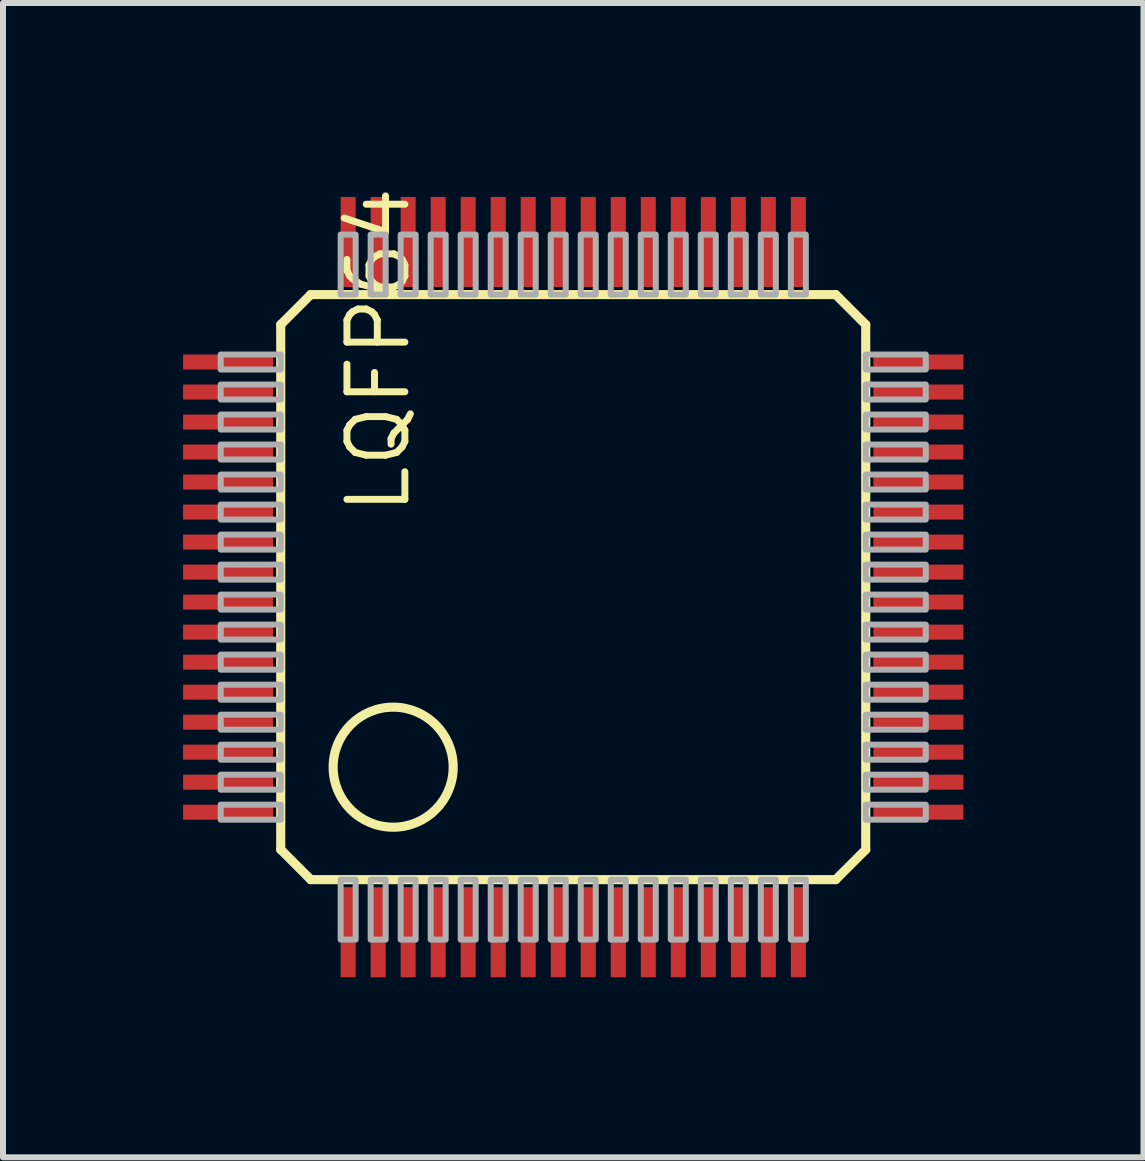
<source format=kicad_pcb>
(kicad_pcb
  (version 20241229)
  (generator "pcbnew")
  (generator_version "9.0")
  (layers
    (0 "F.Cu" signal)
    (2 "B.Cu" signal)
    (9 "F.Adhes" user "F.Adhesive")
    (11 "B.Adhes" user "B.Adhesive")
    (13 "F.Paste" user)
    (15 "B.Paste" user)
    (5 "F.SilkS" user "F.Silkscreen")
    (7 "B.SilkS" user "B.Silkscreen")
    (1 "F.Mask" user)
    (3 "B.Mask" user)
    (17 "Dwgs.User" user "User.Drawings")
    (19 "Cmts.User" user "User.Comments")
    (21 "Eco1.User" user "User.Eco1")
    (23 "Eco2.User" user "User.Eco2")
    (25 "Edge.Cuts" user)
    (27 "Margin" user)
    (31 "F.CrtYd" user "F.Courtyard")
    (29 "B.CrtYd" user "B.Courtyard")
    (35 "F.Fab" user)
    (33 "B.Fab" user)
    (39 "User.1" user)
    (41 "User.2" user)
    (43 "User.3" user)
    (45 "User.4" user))
  (footprint "LQFP64"
    (layer "F.Cu")
    (at 6.5 6.731)
    (property "Reference" "LQFP64" (at -3.81 -6.731 270) (layer "F.SilkS") (effects (font (size 0.965 0.965) (thickness 0.116)) (justify right top)))
    (attr through_hole)
    (fp_line (start -4.873 -4.373) (end -4.873 4.373) (stroke (width 0.152) (type solid)) (layer "F.SilkS"))
    (fp_line (start -4.873 4.373) (end -4.373 4.873) (stroke (width 0.152) (type solid)) (layer "F.SilkS"))
    (fp_line (start -4.373 -4.873) (end -4.873 -4.373) (stroke (width 0.152) (type solid)) (layer "F.SilkS"))
    (fp_line (start -4.373 4.873) (end 4.373 4.873) (stroke (width 0.152) (type solid)) (layer "F.SilkS"))
    (fp_line (start 4.373 -4.873) (end -4.373 -4.873) (stroke (width 0.152) (type solid)) (layer "F.SilkS"))
    (fp_line (start 4.373 4.873) (end 4.873 4.373) (stroke (width 0.152) (type solid)) (layer "F.SilkS"))
    (fp_line (start 4.873 -4.373) (end 4.373 -4.873) (stroke (width 0.152) (type solid)) (layer "F.SilkS"))
    (fp_line (start 4.873 4.373) (end 4.873 -4.373) (stroke (width 0.152) (type solid)) (layer "F.SilkS"))
    (fp_circle (center -3 3) (end -2 3) (stroke (width 0.152) (type solid)) (fill no) (layer "F.SilkS"))
    (fp_poly (pts (xy -5.873 -3.625) (xy -4.873 -3.625) (xy -4.873 -3.875) (xy -5.873 -3.875)) (stroke (width 0.1) (type solid)) (fill no) (layer "F.Fab"))
    (fp_poly (pts (xy -5.873 -3.125) (xy -4.873 -3.125) (xy -4.873 -3.375) (xy -5.873 -3.375)) (stroke (width 0.1) (type solid)) (fill no) (layer "F.Fab"))
    (fp_poly (pts (xy -5.873 -2.625) (xy -4.873 -2.625) (xy -4.873 -2.875) (xy -5.873 -2.875)) (stroke (width 0.1) (type solid)) (fill no) (layer "F.Fab"))
    (fp_poly (pts (xy -5.873 -2.125) (xy -4.873 -2.125) (xy -4.873 -2.375) (xy -5.873 -2.375)) (stroke (width 0.1) (type solid)) (fill no) (layer "F.Fab"))
    (fp_poly (pts (xy -5.873 -1.625) (xy -4.873 -1.625) (xy -4.873 -1.875) (xy -5.873 -1.875)) (stroke (width 0.1) (type solid)) (fill no) (layer "F.Fab"))
    (fp_poly (pts (xy -5.873 -1.125) (xy -4.873 -1.125) (xy -4.873 -1.375) (xy -5.873 -1.375)) (stroke (width 0.1) (type solid)) (fill no) (layer "F.Fab"))
    (fp_poly (pts (xy -5.873 -0.625) (xy -4.873 -0.625) (xy -4.873 -0.875) (xy -5.873 -0.875)) (stroke (width 0.1) (type solid)) (fill no) (layer "F.Fab"))
    (fp_poly (pts (xy -5.873 -0.125) (xy -4.873 -0.125) (xy -4.873 -0.375) (xy -5.873 -0.375)) (stroke (width 0.1) (type solid)) (fill no) (layer "F.Fab"))
    (fp_poly (pts (xy -5.873 0.375) (xy -4.873 0.375) (xy -4.873 0.125) (xy -5.873 0.125)) (stroke (width 0.1) (type solid)) (fill no) (layer "F.Fab"))
    (fp_poly (pts (xy -5.873 0.875) (xy -4.873 0.875) (xy -4.873 0.625) (xy -5.873 0.625)) (stroke (width 0.1) (type solid)) (fill no) (layer "F.Fab"))
    (fp_poly (pts (xy -5.873 1.375) (xy -4.873 1.375) (xy -4.873 1.125) (xy -5.873 1.125)) (stroke (width 0.1) (type solid)) (fill no) (layer "F.Fab"))
    (fp_poly (pts (xy -5.873 1.875) (xy -4.873 1.875) (xy -4.873 1.625) (xy -5.873 1.625)) (stroke (width 0.1) (type solid)) (fill no) (layer "F.Fab"))
    (fp_poly (pts (xy -5.873 2.375) (xy -4.873 2.375) (xy -4.873 2.125) (xy -5.873 2.125)) (stroke (width 0.1) (type solid)) (fill no) (layer "F.Fab"))
    (fp_poly (pts (xy -5.873 2.875) (xy -4.873 2.875) (xy -4.873 2.625) (xy -5.873 2.625)) (stroke (width 0.1) (type solid)) (fill no) (layer "F.Fab"))
    (fp_poly (pts (xy -5.873 3.375) (xy -4.873 3.375) (xy -4.873 3.125) (xy -5.873 3.125)) (stroke (width 0.1) (type solid)) (fill no) (layer "F.Fab"))
    (fp_poly (pts (xy -5.873 3.875) (xy -4.873 3.875) (xy -4.873 3.625) (xy -5.873 3.625)) (stroke (width 0.1) (type solid)) (fill no) (layer "F.Fab"))
    (fp_poly (pts (xy -3.875 -4.873) (xy -3.625 -4.873) (xy -3.625 -5.873) (xy -3.875 -5.873)) (stroke (width 0.1) (type solid)) (fill no) (layer "F.Fab"))
    (fp_poly (pts (xy -3.875 5.873) (xy -3.625 5.873) (xy -3.625 4.873) (xy -3.875 4.873)) (stroke (width 0.1) (type solid)) (fill no) (layer "F.Fab"))
    (fp_poly (pts (xy -3.375 -4.873) (xy -3.125 -4.873) (xy -3.125 -5.873) (xy -3.375 -5.873)) (stroke (width 0.1) (type solid)) (fill no) (layer "F.Fab"))
    (fp_poly (pts (xy -3.375 5.873) (xy -3.125 5.873) (xy -3.125 4.873) (xy -3.375 4.873)) (stroke (width 0.1) (type solid)) (fill no) (layer "F.Fab"))
    (fp_poly (pts (xy -2.875 -4.873) (xy -2.625 -4.873) (xy -2.625 -5.873) (xy -2.875 -5.873)) (stroke (width 0.1) (type solid)) (fill no) (layer "F.Fab"))
    (fp_poly (pts (xy -2.875 5.873) (xy -2.625 5.873) (xy -2.625 4.873) (xy -2.875 4.873)) (stroke (width 0.1) (type solid)) (fill no) (layer "F.Fab"))
    (fp_poly (pts (xy -2.375 -4.873) (xy -2.125 -4.873) (xy -2.125 -5.873) (xy -2.375 -5.873)) (stroke (width 0.1) (type solid)) (fill no) (layer "F.Fab"))
    (fp_poly (pts (xy -2.375 5.873) (xy -2.125 5.873) (xy -2.125 4.873) (xy -2.375 4.873)) (stroke (width 0.1) (type solid)) (fill no) (layer "F.Fab"))
    (fp_poly (pts (xy -1.875 -4.873) (xy -1.625 -4.873) (xy -1.625 -5.873) (xy -1.875 -5.873)) (stroke (width 0.1) (type solid)) (fill no) (layer "F.Fab"))
    (fp_poly (pts (xy -1.875 5.873) (xy -1.625 5.873) (xy -1.625 4.873) (xy -1.875 4.873)) (stroke (width 0.1) (type solid)) (fill no) (layer "F.Fab"))
    (fp_poly (pts (xy -1.375 -4.873) (xy -1.125 -4.873) (xy -1.125 -5.873) (xy -1.375 -5.873)) (stroke (width 0.1) (type solid)) (fill no) (layer "F.Fab"))
    (fp_poly (pts (xy -1.375 5.873) (xy -1.125 5.873) (xy -1.125 4.873) (xy -1.375 4.873)) (stroke (width 0.1) (type solid)) (fill no) (layer "F.Fab"))
    (fp_poly (pts (xy -0.875 -4.873) (xy -0.625 -4.873) (xy -0.625 -5.873) (xy -0.875 -5.873)) (stroke (width 0.1) (type solid)) (fill no) (layer "F.Fab"))
    (fp_poly (pts (xy -0.875 5.873) (xy -0.625 5.873) (xy -0.625 4.873) (xy -0.875 4.873)) (stroke (width 0.1) (type solid)) (fill no) (layer "F.Fab"))
    (fp_poly (pts (xy -0.375 -4.873) (xy -0.125 -4.873) (xy -0.125 -5.873) (xy -0.375 -5.873)) (stroke (width 0.1) (type solid)) (fill no) (layer "F.Fab"))
    (fp_poly (pts (xy -0.375 5.873) (xy -0.125 5.873) (xy -0.125 4.873) (xy -0.375 4.873)) (stroke (width 0.1) (type solid)) (fill no) (layer "F.Fab"))
    (fp_poly (pts (xy 0.125 -4.873) (xy 0.375 -4.873) (xy 0.375 -5.873) (xy 0.125 -5.873)) (stroke (width 0.1) (type solid)) (fill no) (layer "F.Fab"))
    (fp_poly (pts (xy 0.125 5.873) (xy 0.375 5.873) (xy 0.375 4.873) (xy 0.125 4.873)) (stroke (width 0.1) (type solid)) (fill no) (layer "F.Fab"))
    (fp_poly (pts (xy 0.625 -4.873) (xy 0.875 -4.873) (xy 0.875 -5.873) (xy 0.625 -5.873)) (stroke (width 0.1) (type solid)) (fill no) (layer "F.Fab"))
    (fp_poly (pts (xy 0.625 5.873) (xy 0.875 5.873) (xy 0.875 4.873) (xy 0.625 4.873)) (stroke (width 0.1) (type solid)) (fill no) (layer "F.Fab"))
    (fp_poly (pts (xy 1.125 -4.873) (xy 1.375 -4.873) (xy 1.375 -5.873) (xy 1.125 -5.873)) (stroke (width 0.1) (type solid)) (fill no) (layer "F.Fab"))
    (fp_poly (pts (xy 1.125 5.873) (xy 1.375 5.873) (xy 1.375 4.873) (xy 1.125 4.873)) (stroke (width 0.1) (type solid)) (fill no) (layer "F.Fab"))
    (fp_poly (pts (xy 1.625 -4.873) (xy 1.875 -4.873) (xy 1.875 -5.873) (xy 1.625 -5.873)) (stroke (width 0.1) (type solid)) (fill no) (layer "F.Fab"))
    (fp_poly (pts (xy 1.625 5.873) (xy 1.875 5.873) (xy 1.875 4.873) (xy 1.625 4.873)) (stroke (width 0.1) (type solid)) (fill no) (layer "F.Fab"))
    (fp_poly (pts (xy 2.125 -4.873) (xy 2.375 -4.873) (xy 2.375 -5.873) (xy 2.125 -5.873)) (stroke (width 0.1) (type solid)) (fill no) (layer "F.Fab"))
    (fp_poly (pts (xy 2.125 5.873) (xy 2.375 5.873) (xy 2.375 4.873) (xy 2.125 4.873)) (stroke (width 0.1) (type solid)) (fill no) (layer "F.Fab"))
    (fp_poly (pts (xy 2.625 -4.873) (xy 2.875 -4.873) (xy 2.875 -5.873) (xy 2.625 -5.873)) (stroke (width 0.1) (type solid)) (fill no) (layer "F.Fab"))
    (fp_poly (pts (xy 2.625 5.873) (xy 2.875 5.873) (xy 2.875 4.873) (xy 2.625 4.873)) (stroke (width 0.1) (type solid)) (fill no) (layer "F.Fab"))
    (fp_poly (pts (xy 3.125 -4.873) (xy 3.375 -4.873) (xy 3.375 -5.873) (xy 3.125 -5.873)) (stroke (width 0.1) (type solid)) (fill no) (layer "F.Fab"))
    (fp_poly (pts (xy 3.125 5.873) (xy 3.375 5.873) (xy 3.375 4.873) (xy 3.125 4.873)) (stroke (width 0.1) (type solid)) (fill no) (layer "F.Fab"))
    (fp_poly (pts (xy 3.625 -4.873) (xy 3.875 -4.873) (xy 3.875 -5.873) (xy 3.625 -5.873)) (stroke (width 0.1) (type solid)) (fill no) (layer "F.Fab"))
    (fp_poly (pts (xy 3.625 5.873) (xy 3.875 5.873) (xy 3.875 4.873) (xy 3.625 4.873)) (stroke (width 0.1) (type solid)) (fill no) (layer "F.Fab"))
    (fp_poly (pts (xy 4.873 -3.625) (xy 5.873 -3.625) (xy 5.873 -3.875) (xy 4.873 -3.875)) (stroke (width 0.1) (type solid)) (fill no) (layer "F.Fab"))
    (fp_poly (pts (xy 4.873 -3.125) (xy 5.873 -3.125) (xy 5.873 -3.375) (xy 4.873 -3.375)) (stroke (width 0.1) (type solid)) (fill no) (layer "F.Fab"))
    (fp_poly (pts (xy 4.873 -2.625) (xy 5.873 -2.625) (xy 5.873 -2.875) (xy 4.873 -2.875)) (stroke (width 0.1) (type solid)) (fill no) (layer "F.Fab"))
    (fp_poly (pts (xy 4.873 -2.125) (xy 5.873 -2.125) (xy 5.873 -2.375) (xy 4.873 -2.375)) (stroke (width 0.1) (type solid)) (fill no) (layer "F.Fab"))
    (fp_poly (pts (xy 4.873 -1.625) (xy 5.873 -1.625) (xy 5.873 -1.875) (xy 4.873 -1.875)) (stroke (width 0.1) (type solid)) (fill no) (layer "F.Fab"))
    (fp_poly (pts (xy 4.873 -1.125) (xy 5.873 -1.125) (xy 5.873 -1.375) (xy 4.873 -1.375)) (stroke (width 0.1) (type solid)) (fill no) (layer "F.Fab"))
    (fp_poly (pts (xy 4.873 -0.625) (xy 5.873 -0.625) (xy 5.873 -0.875) (xy 4.873 -0.875)) (stroke (width 0.1) (type solid)) (fill no) (layer "F.Fab"))
    (fp_poly (pts (xy 4.873 -0.125) (xy 5.873 -0.125) (xy 5.873 -0.375) (xy 4.873 -0.375)) (stroke (width 0.1) (type solid)) (fill no) (layer "F.Fab"))
    (fp_poly (pts (xy 4.873 0.375) (xy 5.873 0.375) (xy 5.873 0.125) (xy 4.873 0.125)) (stroke (width 0.1) (type solid)) (fill no) (layer "F.Fab"))
    (fp_poly (pts (xy 4.873 0.875) (xy 5.873 0.875) (xy 5.873 0.625) (xy 4.873 0.625)) (stroke (width 0.1) (type solid)) (fill no) (layer "F.Fab"))
    (fp_poly (pts (xy 4.873 1.375) (xy 5.873 1.375) (xy 5.873 1.125) (xy 4.873 1.125)) (stroke (width 0.1) (type solid)) (fill no) (layer "F.Fab"))
    (fp_poly (pts (xy 4.873 1.875) (xy 5.873 1.875) (xy 5.873 1.625) (xy 4.873 1.625)) (stroke (width 0.1) (type solid)) (fill no) (layer "F.Fab"))
    (fp_poly (pts (xy 4.873 2.375) (xy 5.873 2.375) (xy 5.873 2.125) (xy 4.873 2.125)) (stroke (width 0.1) (type solid)) (fill no) (layer "F.Fab"))
    (fp_poly (pts (xy 4.873 2.875) (xy 5.873 2.875) (xy 5.873 2.625) (xy 4.873 2.625)) (stroke (width 0.1) (type solid)) (fill no) (layer "F.Fab"))
    (fp_poly (pts (xy 4.873 3.375) (xy 5.873 3.375) (xy 5.873 3.125) (xy 4.873 3.125)) (stroke (width 0.1) (type solid)) (fill no) (layer "F.Fab"))
    (fp_poly (pts (xy 4.873 3.875) (xy 5.873 3.875) (xy 5.873 3.625) (xy 4.873 3.625)) (stroke (width 0.1) (type solid)) (fill no) (layer "F.Fab"))
    (pad "1" smd rect (at -3.75 5.75) (size 0.25 1.5) (layers "F.Cu" "F.Mask" "F.Paste"))
    (pad "2" smd rect (at -3.25 5.75) (size 0.25 1.5) (layers "F.Cu" "F.Mask" "F.Paste"))
    (pad "3" smd rect (at -2.75 5.75) (size 0.25 1.5) (layers "F.Cu" "F.Mask" "F.Paste"))
    (pad "4" smd rect (at -2.25 5.75) (size 0.25 1.5) (layers "F.Cu" "F.Mask" "F.Paste"))
    (pad "5" smd rect (at -1.75 5.75) (size 0.25 1.5) (layers "F.Cu" "F.Mask" "F.Paste"))
    (pad "6" smd rect (at -1.25 5.75) (size 0.25 1.5) (layers "F.Cu" "F.Mask" "F.Paste"))
    (pad "7" smd rect (at -0.75 5.75) (size 0.25 1.5) (layers "F.Cu" "F.Mask" "F.Paste"))
    (pad "8" smd rect (at -0.25 5.75) (size 0.25 1.5) (layers "F.Cu" "F.Mask" "F.Paste"))
    (pad "9" smd rect (at 0.25 5.75) (size 0.25 1.5) (layers "F.Cu" "F.Mask" "F.Paste"))
    (pad "10" smd rect (at 0.75 5.75) (size 0.25 1.5) (layers "F.Cu" "F.Mask" "F.Paste"))
    (pad "11" smd rect (at 1.25 5.75) (size 0.25 1.5) (layers "F.Cu" "F.Mask" "F.Paste"))
    (pad "12" smd rect (at 1.75 5.75) (size 0.25 1.5) (layers "F.Cu" "F.Mask" "F.Paste"))
    (pad "13" smd rect (at 2.25 5.75) (size 0.25 1.5) (layers "F.Cu" "F.Mask" "F.Paste"))
    (pad "14" smd rect (at 2.75 5.75) (size 0.25 1.5) (layers "F.Cu" "F.Mask" "F.Paste"))
    (pad "15" smd rect (at 3.25 5.75) (size 0.25 1.5) (layers "F.Cu" "F.Mask" "F.Paste"))
    (pad "16" smd rect (at 3.75 5.75) (size 0.25 1.5) (layers "F.Cu" "F.Mask" "F.Paste"))
    (pad "17" smd rect (at 5.75 3.75) (size 1.5 0.25) (layers "F.Cu" "F.Mask" "F.Paste"))
    (pad "18" smd rect (at 5.75 3.25) (size 1.5 0.25) (layers "F.Cu" "F.Mask" "F.Paste"))
    (pad "19" smd rect (at 5.75 2.75) (size 1.5 0.25) (layers "F.Cu" "F.Mask" "F.Paste"))
    (pad "20" smd rect (at 5.75 2.25) (size 1.5 0.25) (layers "F.Cu" "F.Mask" "F.Paste"))
    (pad "21" smd rect (at 5.75 1.75) (size 1.5 0.25) (layers "F.Cu" "F.Mask" "F.Paste"))
    (pad "22" smd rect (at 5.75 1.25) (size 1.5 0.25) (layers "F.Cu" "F.Mask" "F.Paste"))
    (pad "23" smd rect (at 5.75 0.75) (size 1.5 0.25) (layers "F.Cu" "F.Mask" "F.Paste"))
    (pad "24" smd rect (at 5.75 0.25) (size 1.5 0.25) (layers "F.Cu" "F.Mask" "F.Paste"))
    (pad "25" smd rect (at 5.75 -0.25) (size 1.5 0.25) (layers "F.Cu" "F.Mask" "F.Paste"))
    (pad "26" smd rect (at 5.75 -0.75) (size 1.5 0.25) (layers "F.Cu" "F.Mask" "F.Paste"))
    (pad "27" smd rect (at 5.75 -1.25) (size 1.5 0.25) (layers "F.Cu" "F.Mask" "F.Paste"))
    (pad "28" smd rect (at 5.75 -1.75) (size 1.5 0.25) (layers "F.Cu" "F.Mask" "F.Paste"))
    (pad "29" smd rect (at 5.75 -2.25) (size 1.5 0.25) (layers "F.Cu" "F.Mask" "F.Paste"))
    (pad "30" smd rect (at 5.75 -2.75) (size 1.5 0.25) (layers "F.Cu" "F.Mask" "F.Paste"))
    (pad "31" smd rect (at 5.75 -3.25) (size 1.5 0.25) (layers "F.Cu" "F.Mask" "F.Paste"))
    (pad "32" smd rect (at 5.75 -3.75) (size 1.5 0.25) (layers "F.Cu" "F.Mask" "F.Paste"))
    (pad "33" smd rect (at 3.75 -5.75) (size 0.25 1.5) (layers "F.Cu" "F.Mask" "F.Paste"))
    (pad "34" smd rect (at 3.25 -5.75) (size 0.25 1.5) (layers "F.Cu" "F.Mask" "F.Paste"))
    (pad "35" smd rect (at 2.75 -5.75) (size 0.25 1.5) (layers "F.Cu" "F.Mask" "F.Paste"))
    (pad "36" smd rect (at 2.25 -5.75) (size 0.25 1.5) (layers "F.Cu" "F.Mask" "F.Paste"))
    (pad "37" smd rect (at 1.75 -5.75) (size 0.25 1.5) (layers "F.Cu" "F.Mask" "F.Paste"))
    (pad "38" smd rect (at 1.25 -5.75) (size 0.25 1.5) (layers "F.Cu" "F.Mask" "F.Paste"))
    (pad "39" smd rect (at 0.75 -5.75) (size 0.25 1.5) (layers "F.Cu" "F.Mask" "F.Paste"))
    (pad "40" smd rect (at 0.25 -5.75) (size 0.25 1.5) (layers "F.Cu" "F.Mask" "F.Paste"))
    (pad "41" smd rect (at -0.25 -5.75) (size 0.25 1.5) (layers "F.Cu" "F.Mask" "F.Paste"))
    (pad "42" smd rect (at -0.75 -5.75) (size 0.25 1.5) (layers "F.Cu" "F.Mask" "F.Paste"))
    (pad "43" smd rect (at -1.25 -5.75) (size 0.25 1.5) (layers "F.Cu" "F.Mask" "F.Paste"))
    (pad "44" smd rect (at -1.75 -5.75) (size 0.25 1.5) (layers "F.Cu" "F.Mask" "F.Paste"))
    (pad "45" smd rect (at -2.25 -5.75) (size 0.25 1.5) (layers "F.Cu" "F.Mask" "F.Paste"))
    (pad "46" smd rect (at -2.75 -5.75) (size 0.25 1.5) (layers "F.Cu" "F.Mask" "F.Paste"))
    (pad "47" smd rect (at -3.25 -5.75) (size 0.25 1.5) (layers "F.Cu" "F.Mask" "F.Paste"))
    (pad "48" smd rect (at -3.75 -5.75) (size 0.25 1.5) (layers "F.Cu" "F.Mask" "F.Paste"))
    (pad "49" smd rect (at -5.75 -3.75) (size 1.5 0.25) (layers "F.Cu" "F.Mask" "F.Paste"))
    (pad "50" smd rect (at -5.75 -3.25) (size 1.5 0.25) (layers "F.Cu" "F.Mask" "F.Paste"))
    (pad "51" smd rect (at -5.75 -2.75) (size 1.5 0.25) (layers "F.Cu" "F.Mask" "F.Paste"))
    (pad "52" smd rect (at -5.75 -2.25) (size 1.5 0.25) (layers "F.Cu" "F.Mask" "F.Paste"))
    (pad "53" smd rect (at -5.75 -1.75) (size 1.5 0.25) (layers "F.Cu" "F.Mask" "F.Paste"))
    (pad "54" smd rect (at -5.75 -1.25) (size 1.5 0.25) (layers "F.Cu" "F.Mask" "F.Paste"))
    (pad "55" smd rect (at -5.75 -0.75) (size 1.5 0.25) (layers "F.Cu" "F.Mask" "F.Paste"))
    (pad "56" smd rect (at -5.75 -0.25) (size 1.5 0.25) (layers "F.Cu" "F.Mask" "F.Paste"))
    (pad "57" smd rect (at -5.75 0.25) (size 1.5 0.25) (layers "F.Cu" "F.Mask" "F.Paste"))
    (pad "58" smd rect (at -5.75 0.75) (size 1.5 0.25) (layers "F.Cu" "F.Mask" "F.Paste"))
    (pad "59" smd rect (at -5.75 1.25) (size 1.5 0.25) (layers "F.Cu" "F.Mask" "F.Paste"))
    (pad "60" smd rect (at -5.75 1.75) (size 1.5 0.25) (layers "F.Cu" "F.Mask" "F.Paste"))
    (pad "61" smd rect (at -5.75 2.25) (size 1.5 0.25) (layers "F.Cu" "F.Mask" "F.Paste"))
    (pad "62" smd rect (at -5.75 2.75) (size 1.5 0.25) (layers "F.Cu" "F.Mask" "F.Paste"))
    (pad "63" smd rect (at -5.75 3.25) (size 1.5 0.25) (layers "F.Cu" "F.Mask" "F.Paste"))
    (pad "64" smd rect (at -5.75 3.75) (size 1.5 0.25) (layers "F.Cu" "F.Mask" "F.Paste")))
  (gr_rect
    (start -3 -3)
    (end 16 16.231)
    (stroke (width 0.1) (type default))
    (fill no)
    (layer "Edge.Cuts")))
</source>
